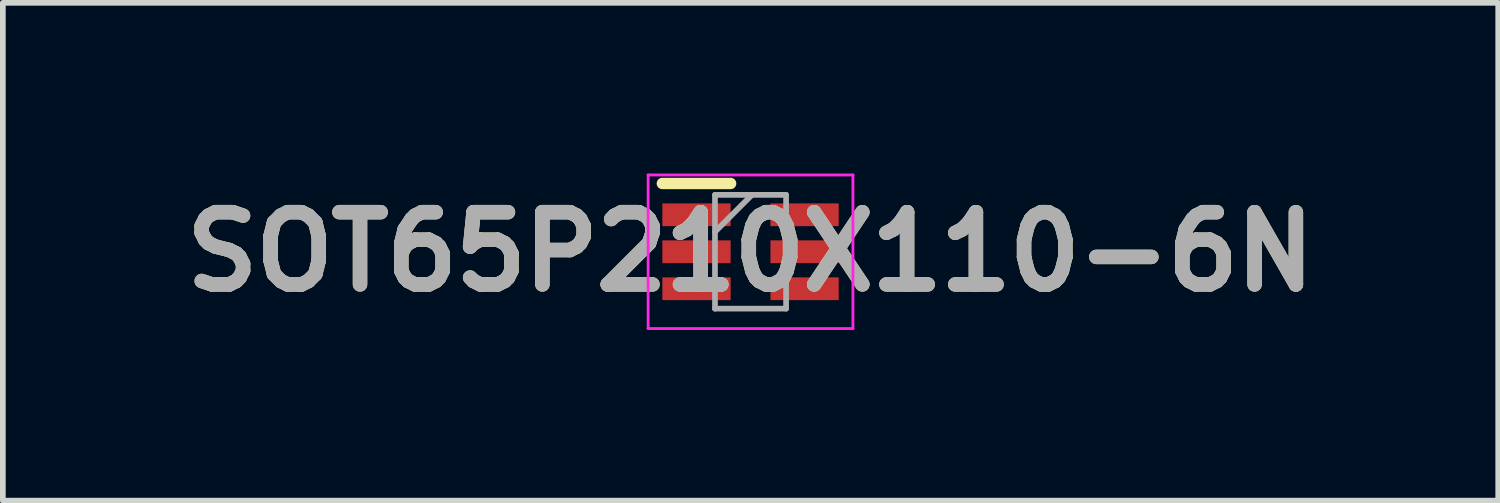
<source format=kicad_pcb>
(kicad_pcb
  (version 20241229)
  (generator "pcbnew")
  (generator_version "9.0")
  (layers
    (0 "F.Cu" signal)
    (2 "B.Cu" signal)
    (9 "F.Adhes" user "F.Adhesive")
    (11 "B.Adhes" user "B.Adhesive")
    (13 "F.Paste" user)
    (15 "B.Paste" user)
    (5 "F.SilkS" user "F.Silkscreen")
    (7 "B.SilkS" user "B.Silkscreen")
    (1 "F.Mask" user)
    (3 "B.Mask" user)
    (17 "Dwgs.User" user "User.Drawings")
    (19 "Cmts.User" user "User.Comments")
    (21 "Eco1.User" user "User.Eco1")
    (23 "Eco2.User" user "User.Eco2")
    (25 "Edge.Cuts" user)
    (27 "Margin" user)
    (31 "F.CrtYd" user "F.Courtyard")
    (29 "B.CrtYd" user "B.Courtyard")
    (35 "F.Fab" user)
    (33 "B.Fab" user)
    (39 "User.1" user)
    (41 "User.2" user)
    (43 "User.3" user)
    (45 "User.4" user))
  (footprint "SOT65P210X110-6N"
    (layer "F.Cu")
    (at 10.142 1.375)
    (property "Reference" "SOT65P210X110-6N" (at 0 0 0) (layer "F.SilkS") (effects (font (size 1.27 1.27) (thickness 0.254))))
    (attr smd)
    (fp_line (start -1.55 -1.2) (end -0.35 -1.2) (stroke (width 0.2) (type solid)) (layer "F.SilkS"))
    (fp_line (start -1.8 -1.35) (end 1.8 -1.35) (stroke (width 0.05) (type solid)) (layer "F.CrtYd"))
    (fp_line (start -1.8 1.35) (end -1.8 -1.35) (stroke (width 0.05) (type solid)) (layer "F.CrtYd"))
    (fp_line (start 1.8 -1.35) (end 1.8 1.35) (stroke (width 0.05) (type solid)) (layer "F.CrtYd"))
    (fp_line (start 1.8 1.35) (end -1.8 1.35) (stroke (width 0.05) (type solid)) (layer "F.CrtYd"))
    (fp_line (start -0.625 -1) (end 0.625 -1) (stroke (width 0.1) (type solid)) (layer "F.Fab"))
    (fp_line (start -0.625 -0.35) (end 0.025 -1) (stroke (width 0.1) (type solid)) (layer "F.Fab"))
    (fp_line (start -0.625 1) (end -0.625 -1) (stroke (width 0.1) (type solid)) (layer "F.Fab"))
    (fp_line (start 0.625 -1) (end 0.625 1) (stroke (width 0.1) (type solid)) (layer "F.Fab"))
    (fp_line (start 0.625 1) (end -0.625 1) (stroke (width 0.1) (type solid)) (layer "F.Fab"))
    (fp_text user "${REFERENCE}" (at 0 0 0) (layer "F.Fab") (effects (font (size 1.27 1.27) (thickness 0.254))))
    (pad "1" smd rect (at -0.95 -0.65 90) (size 0.4 1.2) (layers "F.Cu" "F.Mask" "F.Paste"))
    (pad "2" smd rect (at -0.95 0 90) (size 0.4 1.2) (layers "F.Cu" "F.Mask" "F.Paste"))
    (pad "3" smd rect (at -0.95 0.65 90) (size 0.4 1.2) (layers "F.Cu" "F.Mask" "F.Paste"))
    (pad "4" smd rect (at 0.95 0.65 90) (size 0.4 1.2) (layers "F.Cu" "F.Mask" "F.Paste"))
    (pad "5" smd rect (at 0.95 0 90) (size 0.4 1.2) (layers "F.Cu" "F.Mask" "F.Paste"))
    (pad "6" smd rect (at 0.95 -0.65 90) (size 0.4 1.2) (layers "F.Cu" "F.Mask" "F.Paste")))
  (gr_rect
    (start -3 -3)
    (end 23.284 5.75)
    (stroke (width 0.1) (type default))
    (fill no)
    (layer "Edge.Cuts")))
</source>
